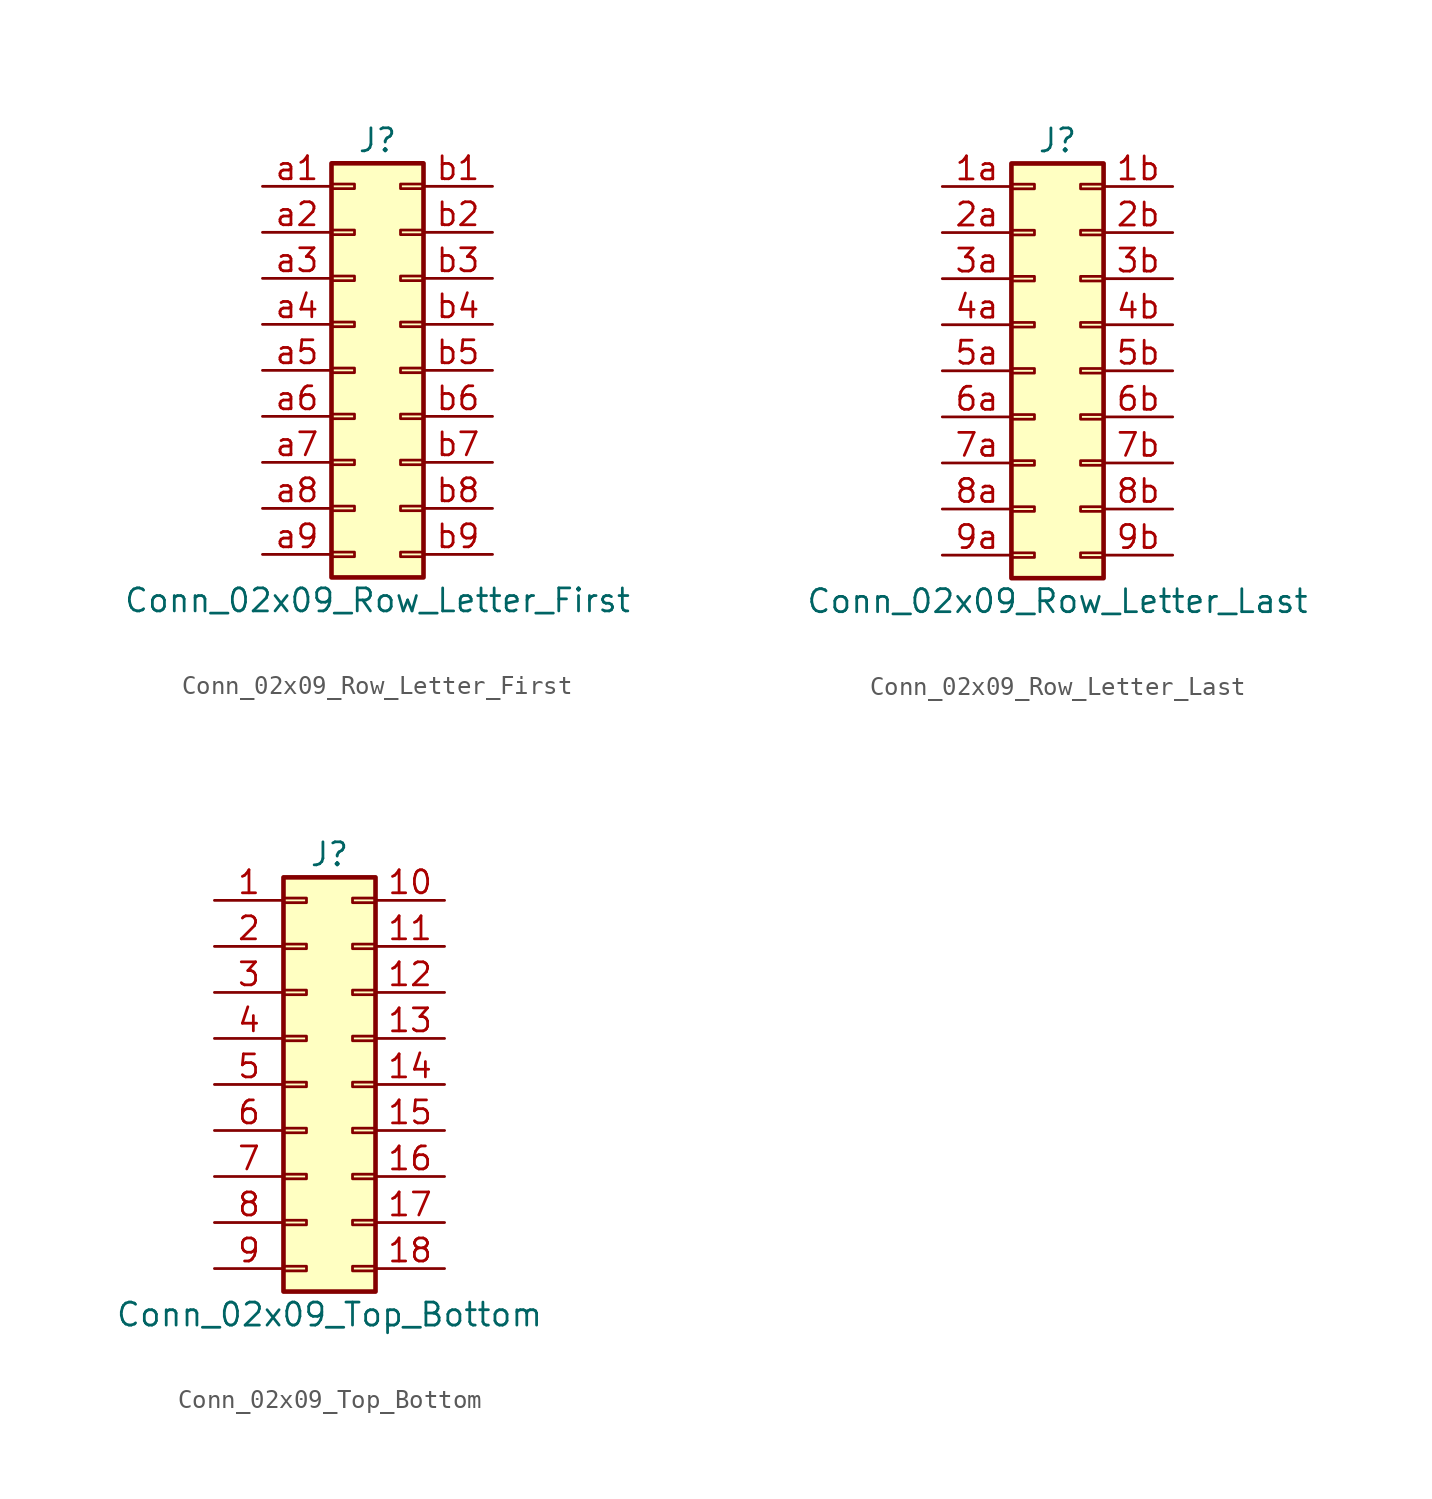
<source format=kicad_sym>
(kicad_symbol_lib
  (version 20220914)
  (generator kicad_symbol_editor)
  (symbol "Conn_02x09_Row_Letter_First"
    (pin_names
      (offset 1.016) hide)
    (property "Reference" "J"
      (at 1.27 12.7 0)
      (effects (font (size 1.27 1.27))))
    (property "Value" "Conn_02x09_Row_Letter_First"
      (at 1.27 -12.7 0)
      (effects (font (size 1.27 1.27))))
    (symbol "Conn_02x09_Row_Letter_First_1_1"
      (rectangle (start -1.27 -10.033) (end 0 -10.287) (stroke (width 0.152) (type solid)) (fill (type none)))
      (rectangle (start -1.27 -7.493) (end 0 -7.747) (stroke (width 0.152) (type solid)) (fill (type none)))
      (rectangle (start -1.27 -4.953) (end 0 -5.207) (stroke (width 0.152) (type solid)) (fill (type none)))
      (rectangle (start -1.27 -2.413) (end 0 -2.667) (stroke (width 0.152) (type solid)) (fill (type none)))
      (rectangle (start -1.27 0.127) (end 0 -0.127) (stroke (width 0.152) (type solid)) (fill (type none)))
      (rectangle (start -1.27 2.667) (end 0 2.413) (stroke (width 0.152) (type solid)) (fill (type none)))
      (rectangle (start -1.27 5.207) (end 0 4.953) (stroke (width 0.152) (type solid)) (fill (type none)))
      (rectangle (start -1.27 7.747) (end 0 7.493) (stroke (width 0.152) (type solid)) (fill (type none)))
      (rectangle (start -1.27 10.287) (end 0 10.033) (stroke (width 0.152) (type solid)) (fill (type none)))
      (rectangle (start -1.27 11.43) (end 3.81 -11.43) (stroke (width 0.254) (type solid)) (fill (type background)))
      (rectangle (start 3.81 -10.033) (end 2.54 -10.287) (stroke (width 0.152) (type solid)) (fill (type none)))
      (rectangle (start 3.81 -7.493) (end 2.54 -7.747) (stroke (width 0.152) (type solid)) (fill (type none)))
      (rectangle (start 3.81 -4.953) (end 2.54 -5.207) (stroke (width 0.152) (type solid)) (fill (type none)))
      (rectangle (start 3.81 -2.413) (end 2.54 -2.667) (stroke (width 0.152) (type solid)) (fill (type none)))
      (rectangle (start 3.81 0.127) (end 2.54 -0.127) (stroke (width 0.152) (type solid)) (fill (type none)))
      (rectangle (start 3.81 2.667) (end 2.54 2.413) (stroke (width 0.152) (type solid)) (fill (type none)))
      (rectangle (start 3.81 5.207) (end 2.54 4.953) (stroke (width 0.152) (type solid)) (fill (type none)))
      (rectangle (start 3.81 7.747) (end 2.54 7.493) (stroke (width 0.152) (type solid)) (fill (type none)))
      (rectangle (start 3.81 10.287) (end 2.54 10.033) (stroke (width 0.152) (type solid)) (fill (type none)))
      (pin passive line (at -5.08 10.16 0) (length 3.81) (name "Pin_a1" (effects (font (size 1.27 1.27)))) (number "a1" (effects (font (size 1.27 1.27)))))
      (pin passive line (at -5.08 7.62 0) (length 3.81) (name "Pin_a2" (effects (font (size 1.27 1.27)))) (number "a2" (effects (font (size 1.27 1.27)))))
      (pin passive line (at -5.08 5.08 0) (length 3.81) (name "Pin_a3" (effects (font (size 1.27 1.27)))) (number "a3" (effects (font (size 1.27 1.27)))))
      (pin passive line (at -5.08 2.54 0) (length 3.81) (name "Pin_a4" (effects (font (size 1.27 1.27)))) (number "a4" (effects (font (size 1.27 1.27)))))
      (pin passive line (at -5.08 0 0) (length 3.81) (name "Pin_a5" (effects (font (size 1.27 1.27)))) (number "a5" (effects (font (size 1.27 1.27)))))
      (pin passive line (at -5.08 -2.54 0) (length 3.81) (name "Pin_a6" (effects (font (size 1.27 1.27)))) (number "a6" (effects (font (size 1.27 1.27)))))
      (pin passive line (at -5.08 -5.08 0) (length 3.81) (name "Pin_a7" (effects (font (size 1.27 1.27)))) (number "a7" (effects (font (size 1.27 1.27)))))
      (pin passive line (at -5.08 -7.62 0) (length 3.81) (name "Pin_a8" (effects (font (size 1.27 1.27)))) (number "a8" (effects (font (size 1.27 1.27)))))
      (pin passive line (at -5.08 -10.16 0) (length 3.81) (name "Pin_a9" (effects (font (size 1.27 1.27)))) (number "a9" (effects (font (size 1.27 1.27)))))
      (pin passive line (at 7.62 10.16 180) (length 3.81) (name "Pin_b1" (effects (font (size 1.27 1.27)))) (number "b1" (effects (font (size 1.27 1.27)))))
      (pin passive line (at 7.62 7.62 180) (length 3.81) (name "Pin_b2" (effects (font (size 1.27 1.27)))) (number "b2" (effects (font (size 1.27 1.27)))))
      (pin passive line (at 7.62 5.08 180) (length 3.81) (name "Pin_b3" (effects (font (size 1.27 1.27)))) (number "b3" (effects (font (size 1.27 1.27)))))
      (pin passive line (at 7.62 2.54 180) (length 3.81) (name "Pin_b4" (effects (font (size 1.27 1.27)))) (number "b4" (effects (font (size 1.27 1.27)))))
      (pin passive line (at 7.62 0 180) (length 3.81) (name "Pin_b5" (effects (font (size 1.27 1.27)))) (number "b5" (effects (font (size 1.27 1.27)))))
      (pin passive line (at 7.62 -2.54 180) (length 3.81) (name "Pin_b6" (effects (font (size 1.27 1.27)))) (number "b6" (effects (font (size 1.27 1.27)))))
      (pin passive line (at 7.62 -5.08 180) (length 3.81) (name "Pin_b7" (effects (font (size 1.27 1.27)))) (number "b7" (effects (font (size 1.27 1.27)))))
      (pin passive line (at 7.62 -7.62 180) (length 3.81) (name "Pin_b8" (effects (font (size 1.27 1.27)))) (number "b8" (effects (font (size 1.27 1.27)))))
      (pin passive line (at 7.62 -10.16 180) (length 3.81) (name "Pin_b9" (effects (font (size 1.27 1.27)))) (number "b9" (effects (font (size 1.27 1.27)))))))
  (symbol "Conn_02x09_Row_Letter_Last"
    (pin_names
      (offset 1.016) hide)
    (property "Reference" "J"
      (at 1.27 12.7 0)
      (effects (font (size 1.27 1.27))))
    (property "Value" "Conn_02x09_Row_Letter_Last"
      (at 1.27 -12.7 0)
      (effects (font (size 1.27 1.27))))
    (symbol "Conn_02x09_Row_Letter_Last_1_1"
      (rectangle (start -1.27 -10.033) (end 0 -10.287) (stroke (width 0.152) (type solid)) (fill (type none)))
      (rectangle (start -1.27 -7.493) (end 0 -7.747) (stroke (width 0.152) (type solid)) (fill (type none)))
      (rectangle (start -1.27 -4.953) (end 0 -5.207) (stroke (width 0.152) (type solid)) (fill (type none)))
      (rectangle (start -1.27 -2.413) (end 0 -2.667) (stroke (width 0.152) (type solid)) (fill (type none)))
      (rectangle (start -1.27 0.127) (end 0 -0.127) (stroke (width 0.152) (type solid)) (fill (type none)))
      (rectangle (start -1.27 2.667) (end 0 2.413) (stroke (width 0.152) (type solid)) (fill (type none)))
      (rectangle (start -1.27 5.207) (end 0 4.953) (stroke (width 0.152) (type solid)) (fill (type none)))
      (rectangle (start -1.27 7.747) (end 0 7.493) (stroke (width 0.152) (type solid)) (fill (type none)))
      (rectangle (start -1.27 10.287) (end 0 10.033) (stroke (width 0.152) (type solid)) (fill (type none)))
      (rectangle (start -1.27 11.43) (end 3.81 -11.43) (stroke (width 0.254) (type solid)) (fill (type background)))
      (rectangle (start 3.81 -10.033) (end 2.54 -10.287) (stroke (width 0.152) (type solid)) (fill (type none)))
      (rectangle (start 3.81 -7.493) (end 2.54 -7.747) (stroke (width 0.152) (type solid)) (fill (type none)))
      (rectangle (start 3.81 -4.953) (end 2.54 -5.207) (stroke (width 0.152) (type solid)) (fill (type none)))
      (rectangle (start 3.81 -2.413) (end 2.54 -2.667) (stroke (width 0.152) (type solid)) (fill (type none)))
      (rectangle (start 3.81 0.127) (end 2.54 -0.127) (stroke (width 0.152) (type solid)) (fill (type none)))
      (rectangle (start 3.81 2.667) (end 2.54 2.413) (stroke (width 0.152) (type solid)) (fill (type none)))
      (rectangle (start 3.81 5.207) (end 2.54 4.953) (stroke (width 0.152) (type solid)) (fill (type none)))
      (rectangle (start 3.81 7.747) (end 2.54 7.493) (stroke (width 0.152) (type solid)) (fill (type none)))
      (rectangle (start 3.81 10.287) (end 2.54 10.033) (stroke (width 0.152) (type solid)) (fill (type none)))
      (pin passive line (at -5.08 10.16 0) (length 3.81) (name "Pin_1a" (effects (font (size 1.27 1.27)))) (number "1a" (effects (font (size 1.27 1.27)))))
      (pin passive line (at 7.62 10.16 180) (length 3.81) (name "Pin_1b" (effects (font (size 1.27 1.27)))) (number "1b" (effects (font (size 1.27 1.27)))))
      (pin passive line (at -5.08 7.62 0) (length 3.81) (name "Pin_2a" (effects (font (size 1.27 1.27)))) (number "2a" (effects (font (size 1.27 1.27)))))
      (pin passive line (at 7.62 7.62 180) (length 3.81) (name "Pin_2b" (effects (font (size 1.27 1.27)))) (number "2b" (effects (font (size 1.27 1.27)))))
      (pin passive line (at -5.08 5.08 0) (length 3.81) (name "Pin_3a" (effects (font (size 1.27 1.27)))) (number "3a" (effects (font (size 1.27 1.27)))))
      (pin passive line (at 7.62 5.08 180) (length 3.81) (name "Pin_3b" (effects (font (size 1.27 1.27)))) (number "3b" (effects (font (size 1.27 1.27)))))
      (pin passive line (at -5.08 2.54 0) (length 3.81) (name "Pin_4a" (effects (font (size 1.27 1.27)))) (number "4a" (effects (font (size 1.27 1.27)))))
      (pin passive line (at 7.62 2.54 180) (length 3.81) (name "Pin_4b" (effects (font (size 1.27 1.27)))) (number "4b" (effects (font (size 1.27 1.27)))))
      (pin passive line (at -5.08 0 0) (length 3.81) (name "Pin_5a" (effects (font (size 1.27 1.27)))) (number "5a" (effects (font (size 1.27 1.27)))))
      (pin passive line (at 7.62 0 180) (length 3.81) (name "Pin_5b" (effects (font (size 1.27 1.27)))) (number "5b" (effects (font (size 1.27 1.27)))))
      (pin passive line (at -5.08 -2.54 0) (length 3.81) (name "Pin_6a" (effects (font (size 1.27 1.27)))) (number "6a" (effects (font (size 1.27 1.27)))))
      (pin passive line (at 7.62 -2.54 180) (length 3.81) (name "Pin_6b" (effects (font (size 1.27 1.27)))) (number "6b" (effects (font (size 1.27 1.27)))))
      (pin passive line (at -5.08 -5.08 0) (length 3.81) (name "Pin_7a" (effects (font (size 1.27 1.27)))) (number "7a" (effects (font (size 1.27 1.27)))))
      (pin passive line (at 7.62 -5.08 180) (length 3.81) (name "Pin_7b" (effects (font (size 1.27 1.27)))) (number "7b" (effects (font (size 1.27 1.27)))))
      (pin passive line (at -5.08 -7.62 0) (length 3.81) (name "Pin_8a" (effects (font (size 1.27 1.27)))) (number "8a" (effects (font (size 1.27 1.27)))))
      (pin passive line (at 7.62 -7.62 180) (length 3.81) (name "Pin_8b" (effects (font (size 1.27 1.27)))) (number "8b" (effects (font (size 1.27 1.27)))))
      (pin passive line (at -5.08 -10.16 0) (length 3.81) (name "Pin_9a" (effects (font (size 1.27 1.27)))) (number "9a" (effects (font (size 1.27 1.27)))))
      (pin passive line (at 7.62 -10.16 180) (length 3.81) (name "Pin_9b" (effects (font (size 1.27 1.27)))) (number "9b" (effects (font (size 1.27 1.27)))))))
  (symbol "Conn_02x09_Top_Bottom"
    (pin_names
      (offset 1.016) hide)
    (property "Reference" "J"
      (at 1.27 12.7 0)
      (effects (font (size 1.27 1.27))))
    (property "Value" "Conn_02x09_Top_Bottom"
      (at 1.27 -12.7 0)
      (effects (font (size 1.27 1.27))))
    (symbol "Conn_02x09_Top_Bottom_1_1"
      (rectangle (start -1.27 -10.033) (end 0 -10.287) (stroke (width 0.152) (type solid)) (fill (type none)))
      (rectangle (start -1.27 -7.493) (end 0 -7.747) (stroke (width 0.152) (type solid)) (fill (type none)))
      (rectangle (start -1.27 -4.953) (end 0 -5.207) (stroke (width 0.152) (type solid)) (fill (type none)))
      (rectangle (start -1.27 -2.413) (end 0 -2.667) (stroke (width 0.152) (type solid)) (fill (type none)))
      (rectangle (start -1.27 0.127) (end 0 -0.127) (stroke (width 0.152) (type solid)) (fill (type none)))
      (rectangle (start -1.27 2.667) (end 0 2.413) (stroke (width 0.152) (type solid)) (fill (type none)))
      (rectangle (start -1.27 5.207) (end 0 4.953) (stroke (width 0.152) (type solid)) (fill (type none)))
      (rectangle (start -1.27 7.747) (end 0 7.493) (stroke (width 0.152) (type solid)) (fill (type none)))
      (rectangle (start -1.27 10.287) (end 0 10.033) (stroke (width 0.152) (type solid)) (fill (type none)))
      (rectangle (start -1.27 11.43) (end 3.81 -11.43) (stroke (width 0.254) (type solid)) (fill (type background)))
      (rectangle (start 3.81 -10.033) (end 2.54 -10.287) (stroke (width 0.152) (type solid)) (fill (type none)))
      (rectangle (start 3.81 -7.493) (end 2.54 -7.747) (stroke (width 0.152) (type solid)) (fill (type none)))
      (rectangle (start 3.81 -4.953) (end 2.54 -5.207) (stroke (width 0.152) (type solid)) (fill (type none)))
      (rectangle (start 3.81 -2.413) (end 2.54 -2.667) (stroke (width 0.152) (type solid)) (fill (type none)))
      (rectangle (start 3.81 0.127) (end 2.54 -0.127) (stroke (width 0.152) (type solid)) (fill (type none)))
      (rectangle (start 3.81 2.667) (end 2.54 2.413) (stroke (width 0.152) (type solid)) (fill (type none)))
      (rectangle (start 3.81 5.207) (end 2.54 4.953) (stroke (width 0.152) (type solid)) (fill (type none)))
      (rectangle (start 3.81 7.747) (end 2.54 7.493) (stroke (width 0.152) (type solid)) (fill (type none)))
      (rectangle (start 3.81 10.287) (end 2.54 10.033) (stroke (width 0.152) (type solid)) (fill (type none)))
      (pin passive line (at -5.08 10.16 0) (length 3.81) (name "Pin_1" (effects (font (size 1.27 1.27)))) (number "1" (effects (font (size 1.27 1.27)))))
      (pin passive line (at 7.62 10.16 180) (length 3.81) (name "Pin_10" (effects (font (size 1.27 1.27)))) (number "10" (effects (font (size 1.27 1.27)))))
      (pin passive line (at 7.62 7.62 180) (length 3.81) (name "Pin_11" (effects (font (size 1.27 1.27)))) (number "11" (effects (font (size 1.27 1.27)))))
      (pin passive line (at 7.62 5.08 180) (length 3.81) (name "Pin_12" (effects (font (size 1.27 1.27)))) (number "12" (effects (font (size 1.27 1.27)))))
      (pin passive line (at 7.62 2.54 180) (length 3.81) (name "Pin_13" (effects (font (size 1.27 1.27)))) (number "13" (effects (font (size 1.27 1.27)))))
      (pin passive line (at 7.62 0 180) (length 3.81) (name "Pin_14" (effects (font (size 1.27 1.27)))) (number "14" (effects (font (size 1.27 1.27)))))
      (pin passive line (at 7.62 -2.54 180) (length 3.81) (name "Pin_15" (effects (font (size 1.27 1.27)))) (number "15" (effects (font (size 1.27 1.27)))))
      (pin passive line (at 7.62 -5.08 180) (length 3.81) (name "Pin_16" (effects (font (size 1.27 1.27)))) (number "16" (effects (font (size 1.27 1.27)))))
      (pin passive line (at 7.62 -7.62 180) (length 3.81) (name "Pin_17" (effects (font (size 1.27 1.27)))) (number "17" (effects (font (size 1.27 1.27)))))
      (pin passive line (at 7.62 -10.16 180) (length 3.81) (name "Pin_18" (effects (font (size 1.27 1.27)))) (number "18" (effects (font (size 1.27 1.27)))))
      (pin passive line (at -5.08 7.62 0) (length 3.81) (name "Pin_2" (effects (font (size 1.27 1.27)))) (number "2" (effects (font (size 1.27 1.27)))))
      (pin passive line (at -5.08 5.08 0) (length 3.81) (name "Pin_3" (effects (font (size 1.27 1.27)))) (number "3" (effects (font (size 1.27 1.27)))))
      (pin passive line (at -5.08 2.54 0) (length 3.81) (name "Pin_4" (effects (font (size 1.27 1.27)))) (number "4" (effects (font (size 1.27 1.27)))))
      (pin passive line (at -5.08 0 0) (length 3.81) (name "Pin_5" (effects (font (size 1.27 1.27)))) (number "5" (effects (font (size 1.27 1.27)))))
      (pin passive line (at -5.08 -2.54 0) (length 3.81) (name "Pin_6" (effects (font (size 1.27 1.27)))) (number "6" (effects (font (size 1.27 1.27)))))
      (pin passive line (at -5.08 -5.08 0) (length 3.81) (name "Pin_7" (effects (font (size 1.27 1.27)))) (number "7" (effects (font (size 1.27 1.27)))))
      (pin passive line (at -5.08 -7.62 0) (length 3.81) (name "Pin_8" (effects (font (size 1.27 1.27)))) (number "8" (effects (font (size 1.27 1.27)))))
      (pin passive line (at -5.08 -10.16 0) (length 3.81) (name "Pin_9" (effects (font (size 1.27 1.27)))) (number "9" (effects (font (size 1.27 1.27))))))))
</source>
